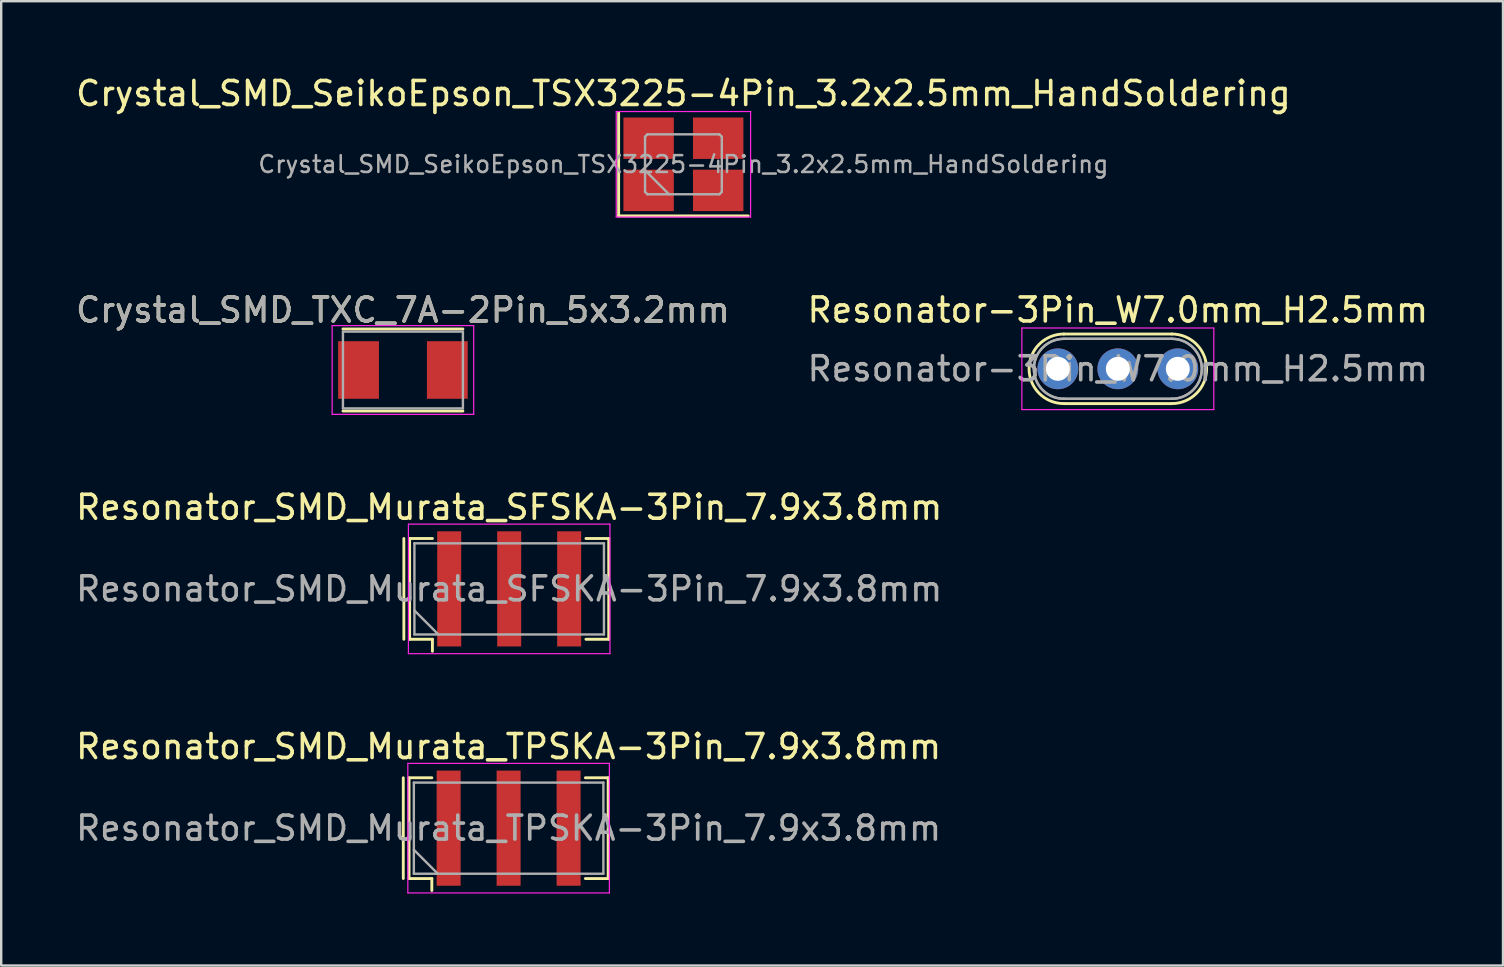
<source format=kicad_pcb>
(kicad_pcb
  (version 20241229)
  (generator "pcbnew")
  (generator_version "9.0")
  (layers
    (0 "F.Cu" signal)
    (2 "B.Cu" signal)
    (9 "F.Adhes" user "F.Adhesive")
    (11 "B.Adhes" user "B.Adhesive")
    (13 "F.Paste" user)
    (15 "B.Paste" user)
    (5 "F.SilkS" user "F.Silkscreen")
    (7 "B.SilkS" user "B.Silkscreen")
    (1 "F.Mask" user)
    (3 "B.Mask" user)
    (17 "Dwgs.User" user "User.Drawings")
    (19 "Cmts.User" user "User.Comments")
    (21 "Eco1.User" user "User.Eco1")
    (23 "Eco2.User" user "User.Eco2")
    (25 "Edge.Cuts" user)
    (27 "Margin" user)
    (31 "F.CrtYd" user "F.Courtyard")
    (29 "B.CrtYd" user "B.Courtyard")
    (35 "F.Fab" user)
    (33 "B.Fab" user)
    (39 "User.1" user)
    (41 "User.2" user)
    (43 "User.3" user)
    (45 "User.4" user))
  (footprint "Crystal_SMD_SeikoEpson_TSX3225-4Pin_3.2x2.5mm_HandSoldering"
    (layer "F.Cu")
    (at 25.435 3.798)
    (property "Reference" "Crystal_SMD_SeikoEpson_TSX3225-4Pin_3.2x2.5mm_HandSoldering" (at 0 -2.95 0) (layer "F.SilkS") (effects (font (size 1 1) (thickness 0.15))))
    (attr smd)
    (fp_line (start -2.7 -2.15) (end -2.7 2.15) (stroke (width 0.12) (type solid)) (layer "F.SilkS"))
    (fp_line (start -2.7 2.15) (end 2.7 2.15) (stroke (width 0.12) (type solid)) (layer "F.SilkS"))
    (fp_line (start -2.8 -2.2) (end -2.8 2.2) (stroke (width 0.05) (type solid)) (layer "F.CrtYd"))
    (fp_line (start -2.8 2.2) (end 2.8 2.2) (stroke (width 0.05) (type solid)) (layer "F.CrtYd"))
    (fp_line (start 2.8 -2.2) (end -2.8 -2.2) (stroke (width 0.05) (type solid)) (layer "F.CrtYd"))
    (fp_line (start 2.8 2.2) (end 2.8 -2.2) (stroke (width 0.05) (type solid)) (layer "F.CrtYd"))
    (fp_line (start -1.6 -1.15) (end -1.5 -1.25) (stroke (width 0.1) (type solid)) (layer "F.Fab"))
    (fp_line (start -1.6 0.25) (end -0.6 1.25) (stroke (width 0.1) (type solid)) (layer "F.Fab"))
    (fp_line (start -1.6 1.15) (end -1.6 -1.15) (stroke (width 0.1) (type solid)) (layer "F.Fab"))
    (fp_line (start -1.5 -1.25) (end 1.5 -1.25) (stroke (width 0.1) (type solid)) (layer "F.Fab"))
    (fp_line (start -1.5 1.25) (end -1.6 1.15) (stroke (width 0.1) (type solid)) (layer "F.Fab"))
    (fp_line (start 1.5 -1.25) (end 1.6 -1.15) (stroke (width 0.1) (type solid)) (layer "F.Fab"))
    (fp_line (start 1.5 1.25) (end -1.5 1.25) (stroke (width 0.1) (type solid)) (layer "F.Fab"))
    (fp_line (start 1.6 -1.15) (end 1.6 1.15) (stroke (width 0.1) (type solid)) (layer "F.Fab"))
    (fp_line (start 1.6 1.15) (end 1.5 1.25) (stroke (width 0.1) (type solid)) (layer "F.Fab"))
    (fp_text user "${REFERENCE}" (at 0 0 0) (layer "F.Fab") (effects (font (size 0.7 0.7) (thickness 0.105))))
    (pad "1" smd rect (at -1.45 1.087) (size 2.1 1.725) (layers "F.Cu" "F.Mask" "F.Paste"))
    (pad "2" smd rect (at 1.45 1.087) (size 2.1 1.725) (layers "F.Cu" "F.Mask" "F.Paste"))
    (pad "3" smd rect (at 1.45 -1.087) (size 2.1 1.725) (layers "F.Cu" "F.Mask" "F.Paste"))
    (pad "4" smd rect (at -1.45 -1.087) (size 2.1 1.725) (layers "F.Cu" "F.Mask" "F.Paste")))
  (footprint "Resonator_SMD_Murata_SFSKA-3Pin_7.9x3.8mm"
    (layer "F.Cu")
    (at 18.173 21.495)
    (property "Reference" "Resonator_SMD_Murata_SFSKA-3Pin_7.9x3.8mm" (at 0 -3.4 0) (layer "F.SilkS") (effects (font (size 1 1) (thickness 0.15))))
    (attr smd)
    (fp_line (start -4.39 -2.1) (end -4.39 2.1) (stroke (width 0.12) (type solid)) (layer "F.SilkS"))
    (fp_line (start -4.15 -2.1) (end -3.2 -2.1) (stroke (width 0.12) (type solid)) (layer "F.SilkS"))
    (fp_line (start -4.15 2.1) (end -4.15 -2.1) (stroke (width 0.12) (type solid)) (layer "F.SilkS"))
    (fp_line (start -3.2 2.1) (end -4.15 2.1) (stroke (width 0.12) (type solid)) (layer "F.SilkS"))
    (fp_line (start -3.2 2.6) (end -3.2 2.1) (stroke (width 0.12) (type solid)) (layer "F.SilkS"))
    (fp_line (start 3.2 -2.1) (end 4.15 -2.1) (stroke (width 0.12) (type solid)) (layer "F.SilkS"))
    (fp_line (start 4.15 -2.1) (end 4.15 2.1) (stroke (width 0.12) (type solid)) (layer "F.SilkS"))
    (fp_line (start 4.15 2.1) (end 3.2 2.1) (stroke (width 0.12) (type solid)) (layer "F.SilkS"))
    (fp_line (start -4.2 -2.7) (end -4.2 2.7) (stroke (width 0.05) (type solid)) (layer "F.CrtYd"))
    (fp_line (start -4.2 2.7) (end 4.2 2.7) (stroke (width 0.05) (type solid)) (layer "F.CrtYd"))
    (fp_line (start 4.2 -2.7) (end -4.2 -2.7) (stroke (width 0.05) (type solid)) (layer "F.CrtYd"))
    (fp_line (start 4.2 2.7) (end 4.2 -2.7) (stroke (width 0.05) (type solid)) (layer "F.CrtYd"))
    (fp_line (start -3.95 -1.9) (end -3.95 1.9) (stroke (width 0.1) (type solid)) (layer "F.Fab"))
    (fp_line (start -3.95 0.9) (end -2.95 1.9) (stroke (width 0.1) (type solid)) (layer "F.Fab"))
    (fp_line (start -3.95 1.9) (end 3.95 1.9) (stroke (width 0.1) (type solid)) (layer "F.Fab"))
    (fp_line (start 3.95 -1.9) (end -3.95 -1.9) (stroke (width 0.1) (type solid)) (layer "F.Fab"))
    (fp_line (start 3.95 1.9) (end 3.95 -1.9) (stroke (width 0.1) (type solid)) (layer "F.Fab"))
    (fp_text user "${REFERENCE}" (at 0 0 0) (layer "F.Fab") (effects (font (size 1 1) (thickness 0.15))))
    (pad "1" smd rect (at -2.5 0) (size 1 4.8) (layers "F.Cu" "F.Mask" "F.Paste"))
    (pad "2" smd rect (at 0 0) (size 1 4.8) (layers "F.Cu" "F.Mask" "F.Paste"))
    (pad "3" smd rect (at 2.5 0) (size 1 4.8) (layers "F.Cu" "F.Mask" "F.Paste")))
  (footprint "Resonator_SMD_Murata_TPSKA-3Pin_7.9x3.8mm"
    (layer "F.Cu")
    (at 18.149 31.468)
    (property "Reference" "Resonator_SMD_Murata_TPSKA-3Pin_7.9x3.8mm" (at 0 -3.4 0) (layer "F.SilkS") (effects (font (size 1 1) (thickness 0.15))))
    (attr smd)
    (fp_line (start -4.39 -2.1) (end -4.39 2.1) (stroke (width 0.12) (type solid)) (layer "F.SilkS"))
    (fp_line (start -4.15 -2.1) (end -3.2 -2.1) (stroke (width 0.12) (type solid)) (layer "F.SilkS"))
    (fp_line (start -4.15 2.1) (end -4.15 -2.1) (stroke (width 0.12) (type solid)) (layer "F.SilkS"))
    (fp_line (start -3.2 2.1) (end -4.15 2.1) (stroke (width 0.12) (type solid)) (layer "F.SilkS"))
    (fp_line (start -3.2 2.6) (end -3.2 2.1) (stroke (width 0.12) (type solid)) (layer "F.SilkS"))
    (fp_line (start 3.2 -2.1) (end 4.15 -2.1) (stroke (width 0.12) (type solid)) (layer "F.SilkS"))
    (fp_line (start 4.15 -2.1) (end 4.15 2.1) (stroke (width 0.12) (type solid)) (layer "F.SilkS"))
    (fp_line (start 4.15 2.1) (end 3.2 2.1) (stroke (width 0.12) (type solid)) (layer "F.SilkS"))
    (fp_line (start -4.2 -2.7) (end -4.2 2.7) (stroke (width 0.05) (type solid)) (layer "F.CrtYd"))
    (fp_line (start -4.2 2.7) (end 4.2 2.7) (stroke (width 0.05) (type solid)) (layer "F.CrtYd"))
    (fp_line (start 4.2 -2.7) (end -4.2 -2.7) (stroke (width 0.05) (type solid)) (layer "F.CrtYd"))
    (fp_line (start 4.2 2.7) (end 4.2 -2.7) (stroke (width 0.05) (type solid)) (layer "F.CrtYd"))
    (fp_line (start -3.95 -1.9) (end -3.95 1.9) (stroke (width 0.1) (type solid)) (layer "F.Fab"))
    (fp_line (start -3.95 0.9) (end -2.95 1.9) (stroke (width 0.1) (type solid)) (layer "F.Fab"))
    (fp_line (start -3.95 1.9) (end 3.95 1.9) (stroke (width 0.1) (type solid)) (layer "F.Fab"))
    (fp_line (start 3.95 -1.9) (end -3.95 -1.9) (stroke (width 0.1) (type solid)) (layer "F.Fab"))
    (fp_line (start 3.95 1.9) (end 3.95 -1.9) (stroke (width 0.1) (type solid)) (layer "F.Fab"))
    (fp_text user "${REFERENCE}" (at 0 0 0) (layer "F.Fab") (effects (font (size 1 1) (thickness 0.15))))
    (pad "1" smd rect (at -2.5 0) (size 1 4.8) (layers "F.Cu" "F.Mask" "F.Paste"))
    (pad "2" smd rect (at 0 0) (size 1 4.8) (layers "F.Cu" "F.Mask" "F.Paste"))
    (pad "3" smd rect (at 2.5 0) (size 1 4.8) (layers "F.Cu" "F.Mask" "F.Paste")))
  (footprint "Resonator-3Pin_W7.0mm_H2.5mm"
    (layer "F.Cu")
    (at 41.042 12.322)
    (property "Reference" "Resonator-3Pin_W7.0mm_H2.5mm" (at 2.5 -2.45 0) (layer "F.SilkS") (effects (font (size 1 1) (thickness 0.15))))
    (attr through_hole)
    (fp_line (start 0.25 -1.45) (end 4.75 -1.45) (stroke (width 0.12) (type solid)) (layer "F.SilkS"))
    (fp_line (start 0.25 1.45) (end 4.75 1.45) (stroke (width 0.12) (type solid)) (layer "F.SilkS"))
    (fp_arc (start 0.25 1.45) (mid -1.2 0) (end 0.25 -1.45) (stroke (width 0.12) (type solid)) (layer "F.SilkS"))
    (fp_arc (start 4.75 -1.45) (mid 6.2 0) (end 4.75 1.45) (stroke (width 0.12) (type solid)) (layer "F.SilkS"))
    (fp_line (start -1.5 -1.7) (end -1.5 1.7) (stroke (width 0.05) (type solid)) (layer "F.CrtYd"))
    (fp_line (start -1.5 1.7) (end 6.5 1.7) (stroke (width 0.05) (type solid)) (layer "F.CrtYd"))
    (fp_line (start 6.5 -1.7) (end -1.5 -1.7) (stroke (width 0.05) (type solid)) (layer "F.CrtYd"))
    (fp_line (start 6.5 1.7) (end 6.5 -1.7) (stroke (width 0.05) (type solid)) (layer "F.CrtYd"))
    (fp_line (start 0.25 -1.25) (end 4.75 -1.25) (stroke (width 0.1) (type solid)) (layer "F.Fab"))
    (fp_line (start 0.25 -1.25) (end 4.75 -1.25) (stroke (width 0.1) (type solid)) (layer "F.Fab"))
    (fp_line (start 0.25 1.25) (end 4.75 1.25) (stroke (width 0.1) (type solid)) (layer "F.Fab"))
    (fp_line (start 0.25 1.25) (end 4.75 1.25) (stroke (width 0.1) (type solid)) (layer "F.Fab"))
    (fp_arc (start 0.25 1.25) (mid -1 0) (end 0.25 -1.25) (stroke (width 0.1) (type solid)) (layer "F.Fab"))
    (fp_arc (start 0.25 1.25) (mid -1 0) (end 0.25 -1.25) (stroke (width 0.1) (type solid)) (layer "F.Fab"))
    (fp_arc (start 4.75 -1.25) (mid 6 0) (end 4.75 1.25) (stroke (width 0.1) (type solid)) (layer "F.Fab"))
    (fp_arc (start 4.75 -1.25) (mid 6 0) (end 4.75 1.25) (stroke (width 0.1) (type solid)) (layer "F.Fab"))
    (fp_text user "${REFERENCE}" (at 2.5 0 0) (layer "F.Fab") (effects (font (size 1 1) (thickness 0.15))))
    (pad "1" thru_hole circle (at 0 0) (size 1.7 1.7) (drill 1) (layers "*.Cu" "*.Mask"))
    (pad "2" thru_hole circle (at 2.5 0) (size 1.7 1.7) (drill 1) (layers "*.Cu" "*.Mask"))
    (pad "3" thru_hole circle (at 5 0) (size 1.7 1.7) (drill 1) (layers "*.Cu" "*.Mask")))
  (footprint "Crystal_SMD_TXC_7A-2Pin_5x3.2mm"
    (layer "F.Cu")
    (at 13.744 12.371)
    (property "Reference" "Crystal_SMD_TXC_7A-2Pin_5x3.2mm" (at 0 -2.5 0) (layer "F.SilkS") (effects (font (size 1 1) (thickness 0.15))))
    (attr smd)
    (fp_line (start -2.5 -1.71) (end 2.5 -1.71) (stroke (width 0.12) (type solid)) (layer "F.SilkS"))
    (fp_line (start -2.5 1.71) (end 2.5 1.71) (stroke (width 0.12) (type solid)) (layer "F.SilkS"))
    (fp_line (start -2.95 -1.85) (end -2.95 1.85) (stroke (width 0.05) (type solid)) (layer "F.CrtYd"))
    (fp_line (start -2.95 -1.85) (end 2.95 -1.85) (stroke (width 0.05) (type solid)) (layer "F.CrtYd"))
    (fp_line (start 2.95 -1.85) (end 2.95 1.85) (stroke (width 0.05) (type solid)) (layer "F.CrtYd"))
    (fp_line (start 2.95 1.85) (end -2.95 1.85) (stroke (width 0.05) (type solid)) (layer "F.CrtYd"))
    (fp_line (start -2.5 -1.6) (end -2.5 1.6) (stroke (width 0.1) (type solid)) (layer "F.Fab"))
    (fp_line (start -2.5 -1.6) (end 2.5 -1.6) (stroke (width 0.1) (type solid)) (layer "F.Fab"))
    (fp_line (start -2.5 1.6) (end 2.5 1.6) (stroke (width 0.1) (type solid)) (layer "F.Fab"))
    (fp_line (start 2.5 -1.6) (end 2.5 1.6) (stroke (width 0.1) (type solid)) (layer "F.Fab"))
    (fp_text user "${REFERENCE}" (at 0 -2.5 0) (layer "F.Fab") (effects (font (size 1 1) (thickness 0.15))))
    (pad "1" smd rect (at -1.85 0) (size 1.7 2.4) (layers "F.Cu" "F.Mask" "F.Paste"))
    (pad "2" smd rect (at 1.85 0) (size 1.7 2.4) (layers "F.Cu" "F.Mask" "F.Paste")))
  (gr_rect
    (start -3 -3)
    (end 59.595 37.193)
    (stroke (width 0.1) (type default))
    (fill no)
    (layer "Edge.Cuts")))
</source>
